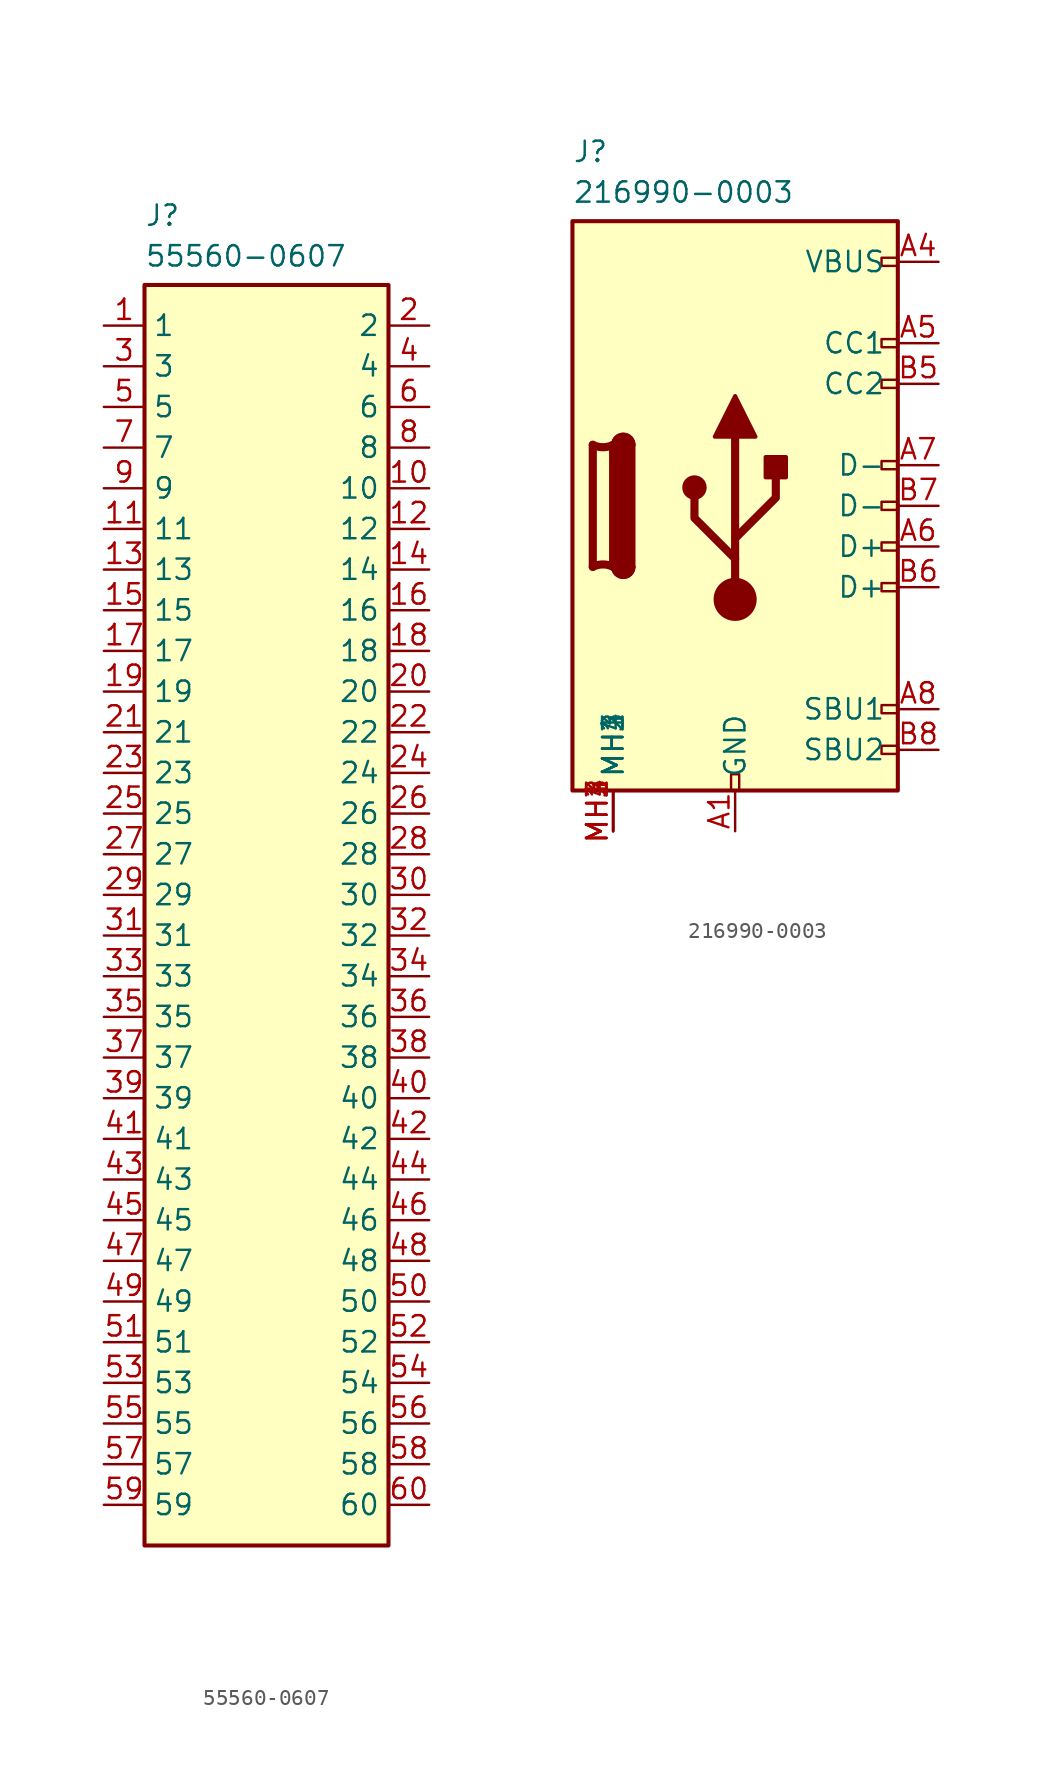
<source format=kicad_sym>
(kicad_symbol_lib
  (version 20241209)
  (generator "kicad_symbol_editor")
  (generator_version "9.0")
  (symbol "55560-0607"
    (property "Reference" "J"
      (at 2.54 7.62 0)
      (effects (font (size 1.27 1.27)) (justify left top)))
    (property "Value" "55560-0607"
      (at 2.54 5.08 0)
      (effects (font (size 1.27 1.27)) (justify left top)))
    (symbol "55560-0607_1_1"
      (rectangle (start 2.54 2.54) (end 17.78 -76.2) (stroke (width 0.254) (type default)) (fill (type background)))
      (pin passive line (at 0 0 0) (length 2.54) (name "1" (effects (font (size 1.27 1.27)))) (number "1" (effects (font (size 1.27 1.27)))))
      (pin passive line (at 0 -2.54 0) (length 2.54) (name "3" (effects (font (size 1.27 1.27)))) (number "3" (effects (font (size 1.27 1.27)))))
      (pin passive line (at 0 -5.08 0) (length 2.54) (name "5" (effects (font (size 1.27 1.27)))) (number "5" (effects (font (size 1.27 1.27)))))
      (pin passive line (at 0 -7.62 0) (length 2.54) (name "7" (effects (font (size 1.27 1.27)))) (number "7" (effects (font (size 1.27 1.27)))))
      (pin passive line (at 0 -10.16 0) (length 2.54) (name "9" (effects (font (size 1.27 1.27)))) (number "9" (effects (font (size 1.27 1.27)))))
      (pin passive line (at 0 -12.7 0) (length 2.54) (name "11" (effects (font (size 1.27 1.27)))) (number "11" (effects (font (size 1.27 1.27)))))
      (pin passive line (at 0 -15.24 0) (length 2.54) (name "13" (effects (font (size 1.27 1.27)))) (number "13" (effects (font (size 1.27 1.27)))))
      (pin passive line (at 0 -17.78 0) (length 2.54) (name "15" (effects (font (size 1.27 1.27)))) (number "15" (effects (font (size 1.27 1.27)))))
      (pin passive line (at 0 -20.32 0) (length 2.54) (name "17" (effects (font (size 1.27 1.27)))) (number "17" (effects (font (size 1.27 1.27)))))
      (pin passive line (at 0 -22.86 0) (length 2.54) (name "19" (effects (font (size 1.27 1.27)))) (number "19" (effects (font (size 1.27 1.27)))))
      (pin passive line (at 0 -25.4 0) (length 2.54) (name "21" (effects (font (size 1.27 1.27)))) (number "21" (effects (font (size 1.27 1.27)))))
      (pin passive line (at 0 -27.94 0) (length 2.54) (name "23" (effects (font (size 1.27 1.27)))) (number "23" (effects (font (size 1.27 1.27)))))
      (pin passive line (at 0 -30.48 0) (length 2.54) (name "25" (effects (font (size 1.27 1.27)))) (number "25" (effects (font (size 1.27 1.27)))))
      (pin passive line (at 0 -33.02 0) (length 2.54) (name "27" (effects (font (size 1.27 1.27)))) (number "27" (effects (font (size 1.27 1.27)))))
      (pin passive line (at 0 -35.56 0) (length 2.54) (name "29" (effects (font (size 1.27 1.27)))) (number "29" (effects (font (size 1.27 1.27)))))
      (pin passive line (at 0 -38.1 0) (length 2.54) (name "31" (effects (font (size 1.27 1.27)))) (number "31" (effects (font (size 1.27 1.27)))))
      (pin passive line (at 0 -40.64 0) (length 2.54) (name "33" (effects (font (size 1.27 1.27)))) (number "33" (effects (font (size 1.27 1.27)))))
      (pin passive line (at 0 -43.18 0) (length 2.54) (name "35" (effects (font (size 1.27 1.27)))) (number "35" (effects (font (size 1.27 1.27)))))
      (pin passive line (at 0 -45.72 0) (length 2.54) (name "37" (effects (font (size 1.27 1.27)))) (number "37" (effects (font (size 1.27 1.27)))))
      (pin passive line (at 0 -48.26 0) (length 2.54) (name "39" (effects (font (size 1.27 1.27)))) (number "39" (effects (font (size 1.27 1.27)))))
      (pin passive line (at 0 -50.8 0) (length 2.54) (name "41" (effects (font (size 1.27 1.27)))) (number "41" (effects (font (size 1.27 1.27)))))
      (pin passive line (at 0 -53.34 0) (length 2.54) (name "43" (effects (font (size 1.27 1.27)))) (number "43" (effects (font (size 1.27 1.27)))))
      (pin passive line (at 0 -55.88 0) (length 2.54) (name "45" (effects (font (size 1.27 1.27)))) (number "45" (effects (font (size 1.27 1.27)))))
      (pin passive line (at 0 -58.42 0) (length 2.54) (name "47" (effects (font (size 1.27 1.27)))) (number "47" (effects (font (size 1.27 1.27)))))
      (pin passive line (at 0 -60.96 0) (length 2.54) (name "49" (effects (font (size 1.27 1.27)))) (number "49" (effects (font (size 1.27 1.27)))))
      (pin passive line (at 0 -63.5 0) (length 2.54) (name "51" (effects (font (size 1.27 1.27)))) (number "51" (effects (font (size 1.27 1.27)))))
      (pin passive line (at 0 -66.04 0) (length 2.54) (name "53" (effects (font (size 1.27 1.27)))) (number "53" (effects (font (size 1.27 1.27)))))
      (pin passive line (at 0 -68.58 0) (length 2.54) (name "55" (effects (font (size 1.27 1.27)))) (number "55" (effects (font (size 1.27 1.27)))))
      (pin passive line (at 0 -71.12 0) (length 2.54) (name "57" (effects (font (size 1.27 1.27)))) (number "57" (effects (font (size 1.27 1.27)))))
      (pin passive line (at 0 -73.66 0) (length 2.54) (name "59" (effects (font (size 1.27 1.27)))) (number "59" (effects (font (size 1.27 1.27)))))
      (pin passive line (at 20.32 0 180) (length 2.54) (name "2" (effects (font (size 1.27 1.27)))) (number "2" (effects (font (size 1.27 1.27)))))
      (pin passive line (at 20.32 -2.54 180) (length 2.54) (name "4" (effects (font (size 1.27 1.27)))) (number "4" (effects (font (size 1.27 1.27)))))
      (pin passive line (at 20.32 -5.08 180) (length 2.54) (name "6" (effects (font (size 1.27 1.27)))) (number "6" (effects (font (size 1.27 1.27)))))
      (pin passive line (at 20.32 -7.62 180) (length 2.54) (name "8" (effects (font (size 1.27 1.27)))) (number "8" (effects (font (size 1.27 1.27)))))
      (pin passive line (at 20.32 -10.16 180) (length 2.54) (name "10" (effects (font (size 1.27 1.27)))) (number "10" (effects (font (size 1.27 1.27)))))
      (pin passive line (at 20.32 -12.7 180) (length 2.54) (name "12" (effects (font (size 1.27 1.27)))) (number "12" (effects (font (size 1.27 1.27)))))
      (pin passive line (at 20.32 -15.24 180) (length 2.54) (name "14" (effects (font (size 1.27 1.27)))) (number "14" (effects (font (size 1.27 1.27)))))
      (pin passive line (at 20.32 -17.78 180) (length 2.54) (name "16" (effects (font (size 1.27 1.27)))) (number "16" (effects (font (size 1.27 1.27)))))
      (pin passive line (at 20.32 -20.32 180) (length 2.54) (name "18" (effects (font (size 1.27 1.27)))) (number "18" (effects (font (size 1.27 1.27)))))
      (pin passive line (at 20.32 -22.86 180) (length 2.54) (name "20" (effects (font (size 1.27 1.27)))) (number "20" (effects (font (size 1.27 1.27)))))
      (pin passive line (at 20.32 -25.4 180) (length 2.54) (name "22" (effects (font (size 1.27 1.27)))) (number "22" (effects (font (size 1.27 1.27)))))
      (pin passive line (at 20.32 -27.94 180) (length 2.54) (name "24" (effects (font (size 1.27 1.27)))) (number "24" (effects (font (size 1.27 1.27)))))
      (pin passive line (at 20.32 -30.48 180) (length 2.54) (name "26" (effects (font (size 1.27 1.27)))) (number "26" (effects (font (size 1.27 1.27)))))
      (pin passive line (at 20.32 -33.02 180) (length 2.54) (name "28" (effects (font (size 1.27 1.27)))) (number "28" (effects (font (size 1.27 1.27)))))
      (pin passive line (at 20.32 -35.56 180) (length 2.54) (name "30" (effects (font (size 1.27 1.27)))) (number "30" (effects (font (size 1.27 1.27)))))
      (pin passive line (at 20.32 -38.1 180) (length 2.54) (name "32" (effects (font (size 1.27 1.27)))) (number "32" (effects (font (size 1.27 1.27)))))
      (pin passive line (at 20.32 -40.64 180) (length 2.54) (name "34" (effects (font (size 1.27 1.27)))) (number "34" (effects (font (size 1.27 1.27)))))
      (pin passive line (at 20.32 -43.18 180) (length 2.54) (name "36" (effects (font (size 1.27 1.27)))) (number "36" (effects (font (size 1.27 1.27)))))
      (pin passive line (at 20.32 -45.72 180) (length 2.54) (name "38" (effects (font (size 1.27 1.27)))) (number "38" (effects (font (size 1.27 1.27)))))
      (pin passive line (at 20.32 -48.26 180) (length 2.54) (name "40" (effects (font (size 1.27 1.27)))) (number "40" (effects (font (size 1.27 1.27)))))
      (pin passive line (at 20.32 -50.8 180) (length 2.54) (name "42" (effects (font (size 1.27 1.27)))) (number "42" (effects (font (size 1.27 1.27)))))
      (pin passive line (at 20.32 -53.34 180) (length 2.54) (name "44" (effects (font (size 1.27 1.27)))) (number "44" (effects (font (size 1.27 1.27)))))
      (pin passive line (at 20.32 -55.88 180) (length 2.54) (name "46" (effects (font (size 1.27 1.27)))) (number "46" (effects (font (size 1.27 1.27)))))
      (pin passive line (at 20.32 -58.42 180) (length 2.54) (name "48" (effects (font (size 1.27 1.27)))) (number "48" (effects (font (size 1.27 1.27)))))
      (pin passive line (at 20.32 -60.96 180) (length 2.54) (name "50" (effects (font (size 1.27 1.27)))) (number "50" (effects (font (size 1.27 1.27)))))
      (pin passive line (at 20.32 -63.5 180) (length 2.54) (name "52" (effects (font (size 1.27 1.27)))) (number "52" (effects (font (size 1.27 1.27)))))
      (pin passive line (at 20.32 -66.04 180) (length 2.54) (name "54" (effects (font (size 1.27 1.27)))) (number "54" (effects (font (size 1.27 1.27)))))
      (pin passive line (at 20.32 -68.58 180) (length 2.54) (name "56" (effects (font (size 1.27 1.27)))) (number "56" (effects (font (size 1.27 1.27)))))
      (pin passive line (at 20.32 -71.12 180) (length 2.54) (name "58" (effects (font (size 1.27 1.27)))) (number "58" (effects (font (size 1.27 1.27)))))
      (pin passive line (at 20.32 -73.66 180) (length 2.54) (name "60" (effects (font (size 1.27 1.27)))) (number "60" (effects (font (size 1.27 1.27)))))))
  (symbol "216990-0003"
    (pin_names
      (offset 0.762))
    (property "Reference" "J"
      (at -22.86 7.62 0)
      (effects (font (size 1.27 1.27)) (justify left top)))
    (property "Value" "216990-0003"
      (at -22.86 5.08 0)
      (effects (font (size 1.27 1.27)) (justify left top)))
    (symbol "216990-0003_0_0"
      (rectangle (start -12.954 -33.02) (end -12.446 -32.004) (stroke (width 0) (type default)) (fill (type none)))
      (rectangle (start -2.54 0.254) (end -3.556 -0.254) (stroke (width 0) (type default)) (fill (type none)))
      (rectangle (start -2.54 -4.826) (end -3.556 -5.334) (stroke (width 0) (type default)) (fill (type none)))
      (rectangle (start -2.54 -7.366) (end -3.556 -7.874) (stroke (width 0) (type default)) (fill (type none)))
      (rectangle (start -2.54 -12.446) (end -3.556 -12.954) (stroke (width 0) (type default)) (fill (type none)))
      (rectangle (start -2.54 -14.986) (end -3.556 -15.494) (stroke (width 0) (type default)) (fill (type none)))
      (rectangle (start -2.54 -17.526) (end -3.556 -18.034) (stroke (width 0) (type default)) (fill (type none)))
      (rectangle (start -2.54 -20.066) (end -3.556 -20.574) (stroke (width 0) (type default)) (fill (type none)))
      (rectangle (start -2.54 -27.686) (end -3.556 -28.194) (stroke (width 0) (type default)) (fill (type none)))
      (rectangle (start -2.54 -30.226) (end -3.556 -30.734) (stroke (width 0) (type default)) (fill (type none)))
      (pin passive line (at -20.32 -35.56 90) (length 2.54) (name "MH1" (effects (font (size 1.27 1.27)))) (number "MH1" (effects (font (size 1.27 1.27)))))
      (pin passive line (at -20.32 -35.56 90) (length 2.54) (name "MH2" (effects (font (size 1.27 1.27)))) (number "MH2" (effects (font (size 1.27 1.27)))))
      (pin passive line (at -20.32 -35.56 90) (length 2.54) (name "MH3" (effects (font (size 1.27 1.27)))) (number "MH3" (effects (font (size 1.27 1.27)))))
      (pin passive line (at -20.32 -35.56 90) (length 2.54) (name "MH4" (effects (font (size 1.27 1.27)))) (number "MH4" (effects (font (size 1.27 1.27))))))
    (symbol "216990-0003_0_1"
      (rectangle (start -22.86 2.54) (end -2.54 -33.02) (stroke (width 0.254) (type default)) (fill (type background)))
      (polyline (pts (xy -21.59 -19.05) (xy -21.59 -11.43)) (stroke (width 0.508) (type default)) (fill (type none)))
      (arc (start -20.32 -11.43) (mid -20.955 -11.5802) (end -21.59 -11.43) (stroke (width 0.508) (type default)) (fill (type none)))
      (arc (start -21.59 -19.05) (mid -20.955 -18.8998) (end -20.32 -19.05) (stroke (width 0.508) (type default)) (fill (type none)))
      (polyline (pts (xy -20.32 -11.43) (xy -20.32 -19.05)) (stroke (width 0.508) (type default)) (fill (type none)))
      (rectangle (start -20.32 -19.05) (end -19.05 -11.43) (stroke (width 0.254) (type default)) (fill (type outline)))
      (arc (start -20.32 -11.43) (mid -19.685 -10.7977) (end -19.05 -11.43) (stroke (width 0.254) (type default)) (fill (type none)))
      (arc (start -20.32 -11.43) (mid -19.685 -10.7977) (end -19.05 -11.43) (stroke (width 0.254) (type default)) (fill (type outline)))
      (arc (start -19.05 -19.05) (mid -19.685 -19.6823) (end -20.32 -19.05) (stroke (width 0.254) (type default)) (fill (type none)))
      (arc (start -19.05 -19.05) (mid -19.685 -19.6823) (end -20.32 -19.05) (stroke (width 0.254) (type default)) (fill (type outline)))
      (circle (center -15.24 -14.097) (radius 0.635) (stroke (width 0.254) (type default)) (fill (type outline)))
      (polyline (pts (xy -13.97 -10.922) (xy -12.7 -8.382) (xy -11.43 -10.922) (xy -13.97 -10.922)) (stroke (width 0.254) (type default)) (fill (type outline)))
      (polyline (pts (xy -12.7 -17.272) (xy -10.16 -14.732) (xy -10.16 -13.462)) (stroke (width 0.508) (type default)) (fill (type none)))
      (polyline (pts (xy -12.7 -18.542) (xy -15.24 -16.002) (xy -15.24 -14.732)) (stroke (width 0.508) (type default)) (fill (type none)))
      (circle (center -12.7 -21.082) (radius 1.27) (stroke (width 0) (type default)) (fill (type outline)))
      (polyline (pts (xy -12.7 -21.082) (xy -12.7 -10.922)) (stroke (width 0.508) (type default)) (fill (type none)))
      (rectangle (start -10.795 -13.462) (end -9.525 -12.192) (stroke (width 0.254) (type default)) (fill (type outline))))
    (symbol "216990-0003_1_1"
      (pin passive line (at -12.7 -35.56 90) (length 2.54) (name "GND" (effects (font (size 1.27 1.27)))) (number "A1" (effects (font (size 1.27 1.27)))))
      (pin passive line (at -12.7 -35.56 90) (length 2.54) (hide yes) (name "GND" (effects (font (size 1.27 1.27)))) (number "A12" (effects (font (size 1.27 1.27)))))
      (pin passive line (at -12.7 -35.56 90) (length 2.54) (hide yes) (name "GND" (effects (font (size 1.27 1.27)))) (number "B1" (effects (font (size 1.27 1.27)))))
      (pin passive line (at -12.7 -35.56 90) (length 2.54) (hide yes) (name "GND" (effects (font (size 1.27 1.27)))) (number "B12" (effects (font (size 1.27 1.27)))))
      (pin passive line (at 0 0 180) (length 2.54) (name "VBUS" (effects (font (size 1.27 1.27)))) (number "A4" (effects (font (size 1.27 1.27)))))
      (pin passive line (at 0 0 180) (length 2.54) (hide yes) (name "VBUS" (effects (font (size 1.27 1.27)))) (number "A9" (effects (font (size 1.27 1.27)))))
      (pin passive line (at 0 0 180) (length 2.54) (hide yes) (name "VBUS" (effects (font (size 1.27 1.27)))) (number "B4" (effects (font (size 1.27 1.27)))))
      (pin passive line (at 0 0 180) (length 2.54) (hide yes) (name "VBUS" (effects (font (size 1.27 1.27)))) (number "B9" (effects (font (size 1.27 1.27)))))
      (pin bidirectional line (at 0 -5.08 180) (length 2.54) (name "CC1" (effects (font (size 1.27 1.27)))) (number "A5" (effects (font (size 1.27 1.27)))))
      (pin bidirectional line (at 0 -7.62 180) (length 2.54) (name "CC2" (effects (font (size 1.27 1.27)))) (number "B5" (effects (font (size 1.27 1.27)))))
      (pin bidirectional line (at 0 -12.7 180) (length 2.54) (name "D-" (effects (font (size 1.27 1.27)))) (number "A7" (effects (font (size 1.27 1.27)))))
      (pin bidirectional line (at 0 -15.24 180) (length 2.54) (name "D-" (effects (font (size 1.27 1.27)))) (number "B7" (effects (font (size 1.27 1.27)))))
      (pin bidirectional line (at 0 -17.78 180) (length 2.54) (name "D+" (effects (font (size 1.27 1.27)))) (number "A6" (effects (font (size 1.27 1.27)))))
      (pin bidirectional line (at 0 -20.32 180) (length 2.54) (name "D+" (effects (font (size 1.27 1.27)))) (number "B6" (effects (font (size 1.27 1.27)))))
      (pin bidirectional line (at 0 -27.94 180) (length 2.54) (name "SBU1" (effects (font (size 1.27 1.27)))) (number "A8" (effects (font (size 1.27 1.27)))))
      (pin bidirectional line (at 0 -30.48 180) (length 2.54) (name "SBU2" (effects (font (size 1.27 1.27)))) (number "B8" (effects (font (size 1.27 1.27))))))))
</source>
